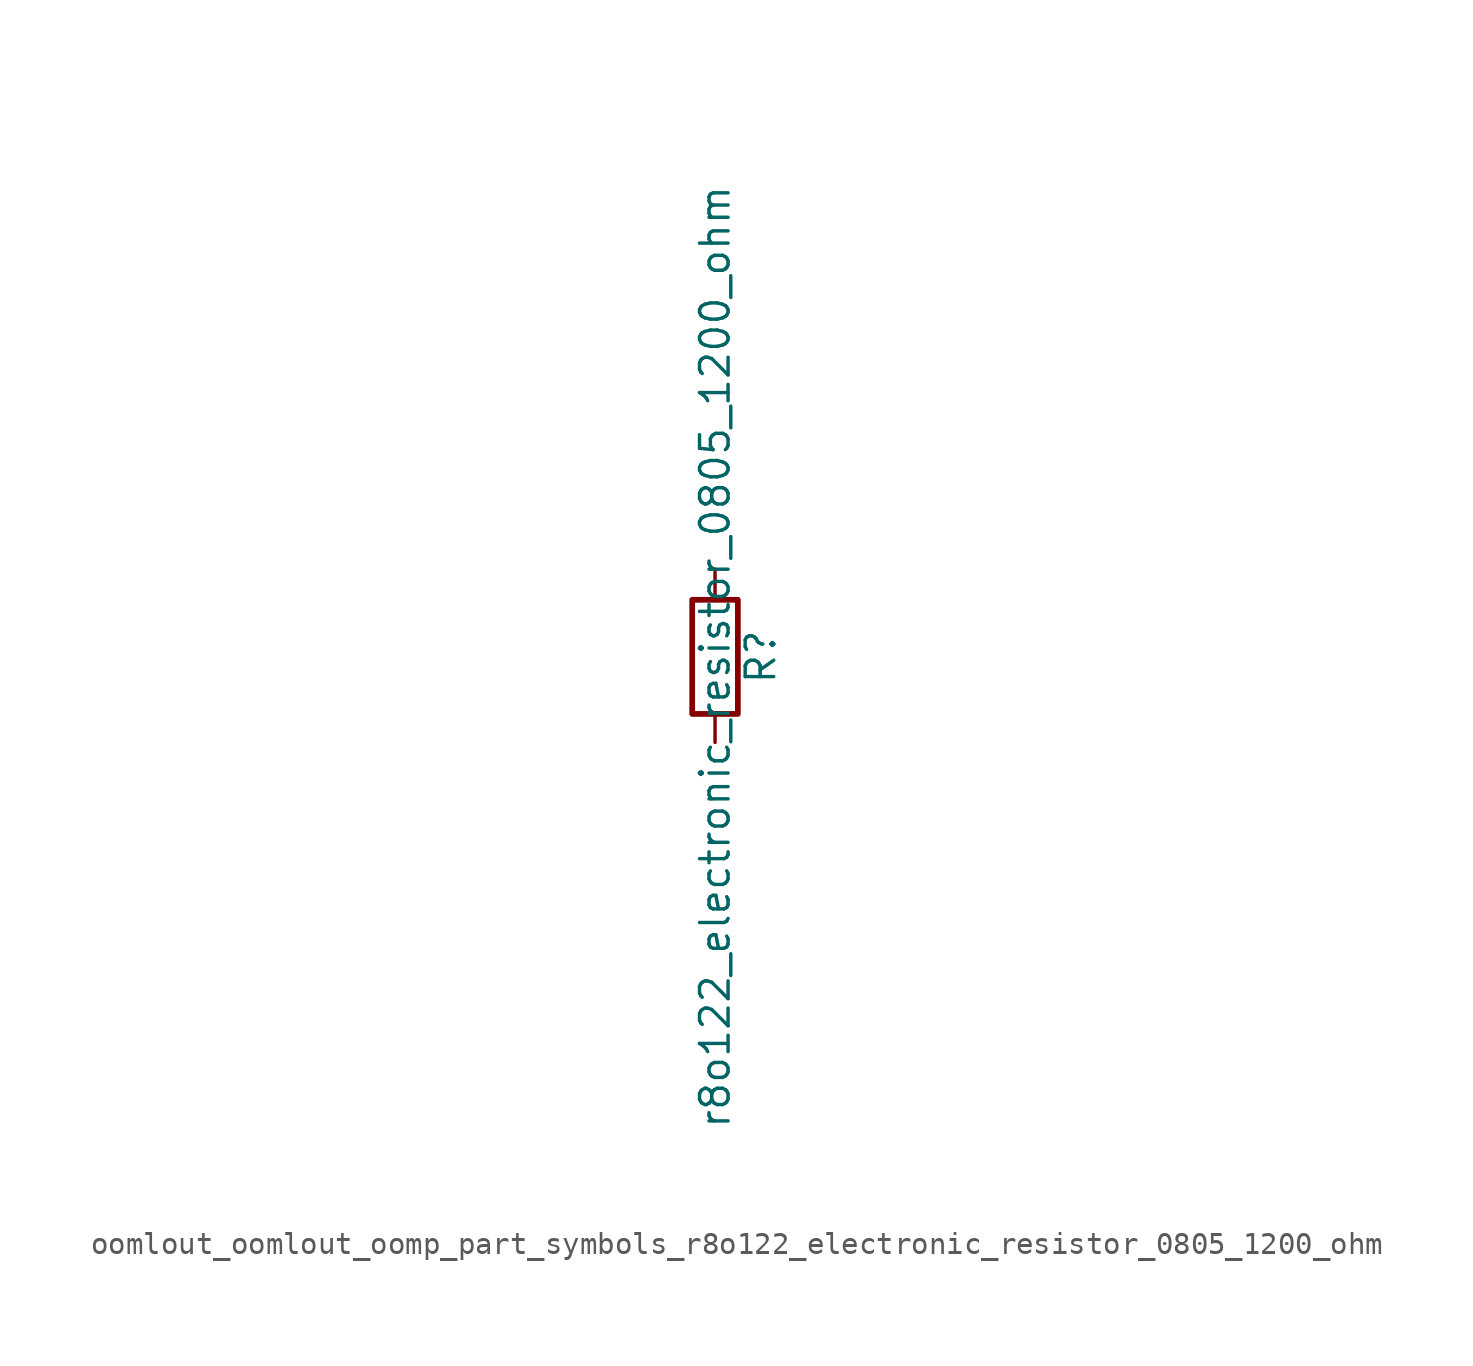
<source format=kicad_sym>
(kicad_symbol_lib
  (version 20220914)
  (generator kicad_symbol_editor)
  (symbol "oomlout_oomlout_oomp_part_symbols_r8o122_electronic_resistor_0805_1200_ohm"
    (pin_numbers hide)
    (pin_names
      (offset 0))
    (property "Reference" "R"
      (at 2.032 0 90)
      (effects (font (size 1.27 1.27))))
    (property "Value" "r8o122_electronic_resistor_0805_1200_ohm"
      (at 0 0 90)
      (effects (font (size 1.27 1.27))))
    (symbol "oomlout_oomlout_oomp_part_symbols_r8o122_electronic_resistor_0805_1200_ohm_0_1"
      (rectangle (start -1.016 -2.54) (end 1.016 2.54) (stroke (width 0.254) (type default)) (fill (type none))))
    (symbol "oomlout_oomlout_oomp_part_symbols_r8o122_electronic_resistor_0805_1200_ohm_1_1"
      (pin passive line (at 0 3.81 270) (length 1.27) (name "~" (effects (font (size 1.27 1.27)))) (number "1" (effects (font (size 1.27 1.27)))))
      (pin passive line (at 0 -3.81 90) (length 1.27) (name "~" (effects (font (size 1.27 1.27)))) (number "2" (effects (font (size 1.27 1.27))))))))
</source>
